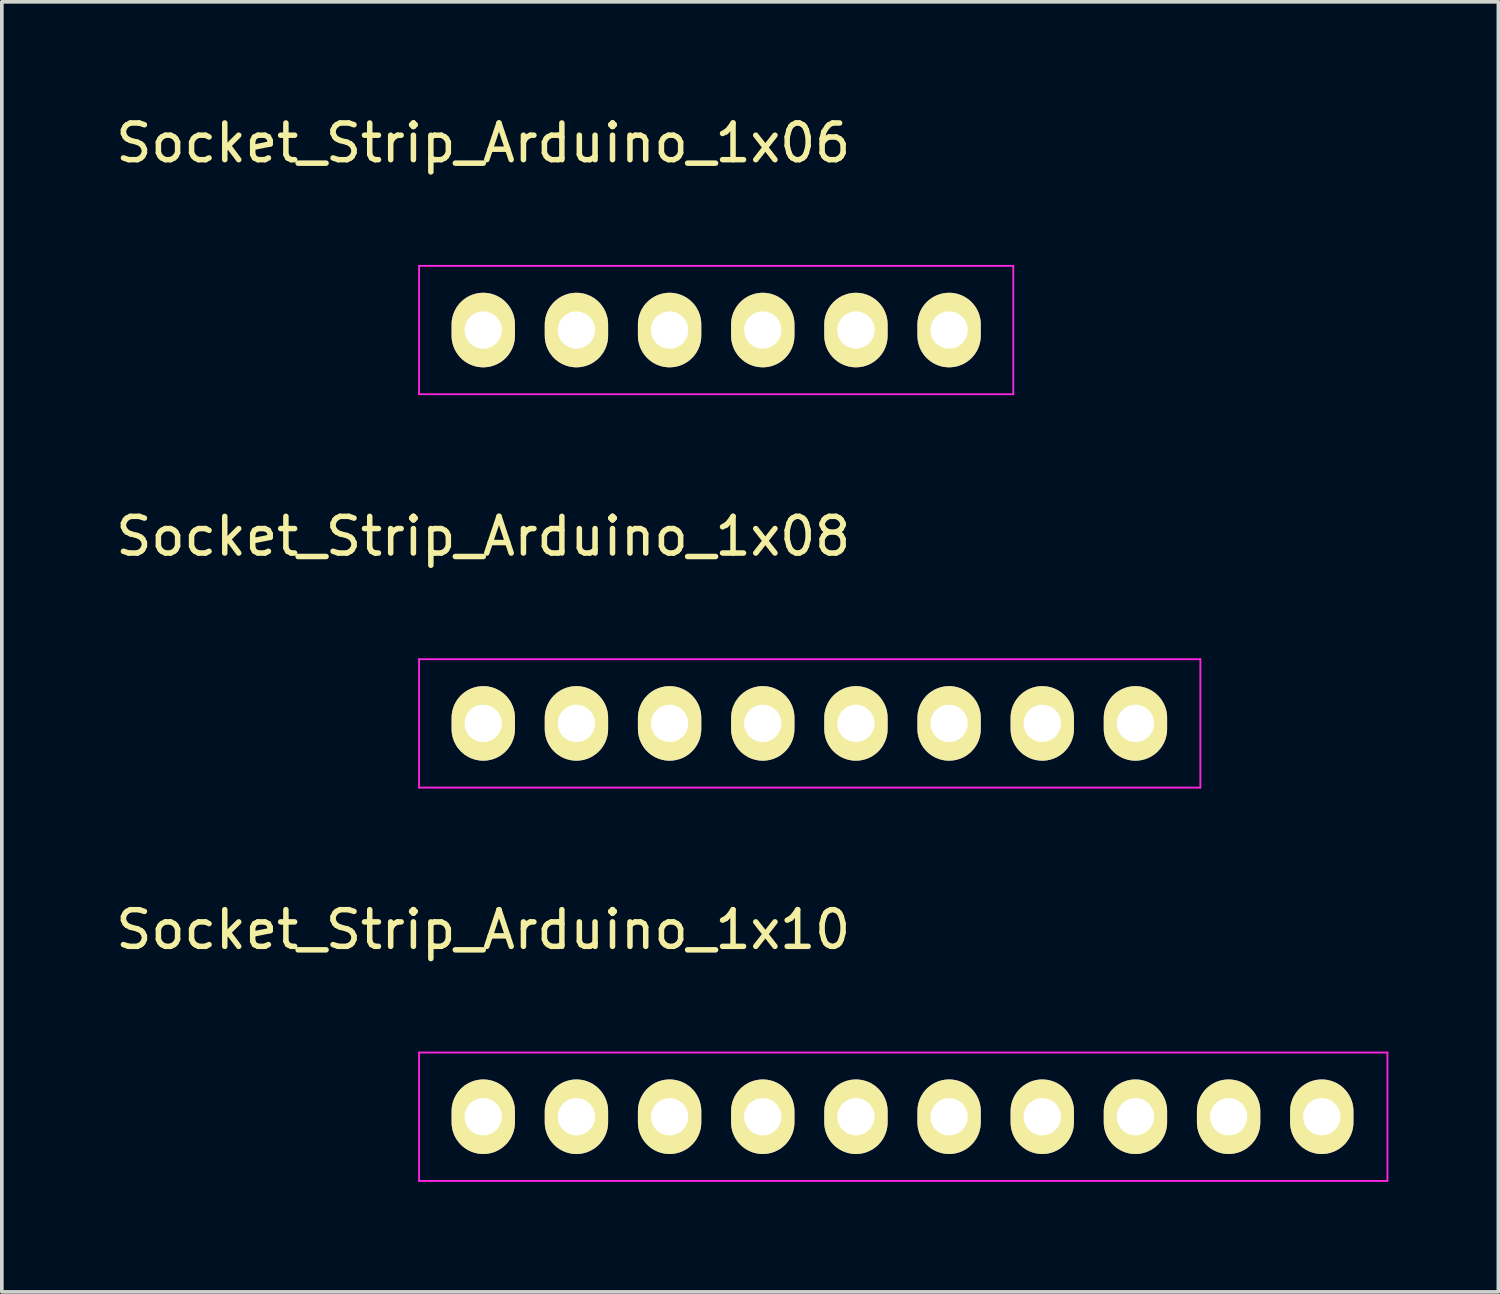
<source format=kicad_pcb>
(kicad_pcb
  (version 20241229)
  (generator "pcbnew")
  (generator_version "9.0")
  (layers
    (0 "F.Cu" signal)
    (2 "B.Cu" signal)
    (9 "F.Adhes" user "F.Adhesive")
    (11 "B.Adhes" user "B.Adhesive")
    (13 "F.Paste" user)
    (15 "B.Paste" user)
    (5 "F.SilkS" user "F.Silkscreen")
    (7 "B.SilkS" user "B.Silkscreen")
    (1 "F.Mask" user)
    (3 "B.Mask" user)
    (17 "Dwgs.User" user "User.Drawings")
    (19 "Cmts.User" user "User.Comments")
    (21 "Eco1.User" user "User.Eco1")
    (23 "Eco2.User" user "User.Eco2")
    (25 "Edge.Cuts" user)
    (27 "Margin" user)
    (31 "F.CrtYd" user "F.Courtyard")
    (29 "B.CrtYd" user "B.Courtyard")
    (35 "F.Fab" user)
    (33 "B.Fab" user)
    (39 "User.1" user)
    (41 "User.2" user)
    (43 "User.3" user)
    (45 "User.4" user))
  (footprint "Socket_Strip_Arduino_1x08"
    (layer "F.Cu")
    (at 10.125 16.672)
    (property "Reference" "Socket_Strip_Arduino_1x08" (at 0 -5.1 0) (layer "F.SilkS") (effects (font (size 1 1) (thickness 0.15))))
    (attr through_hole)
    (fp_line (start -1.75 -1.75) (end -1.75 1.75) (stroke (width 0.05) (type solid)) (layer "F.CrtYd"))
    (fp_line (start -1.75 -1.75) (end 19.55 -1.75) (stroke (width 0.05) (type solid)) (layer "F.CrtYd"))
    (fp_line (start -1.75 1.75) (end 19.55 1.75) (stroke (width 0.05) (type solid)) (layer "F.CrtYd"))
    (fp_line (start 19.55 -1.75) (end 19.55 1.75) (stroke (width 0.05) (type solid)) (layer "F.CrtYd"))
    (pad "1" thru_hole oval (at 0 0) (size 1.727 2.032) (drill 1.016) (layers "*.Cu" "*.Mask" "F.SilkS"))
    (pad "2" thru_hole oval (at 2.54 0) (size 1.727 2.032) (drill 1.016) (layers "*.Cu" "*.Mask" "F.SilkS"))
    (pad "3" thru_hole oval (at 5.08 0) (size 1.727 2.032) (drill 1.016) (layers "*.Cu" "*.Mask" "F.SilkS"))
    (pad "4" thru_hole oval (at 7.62 0) (size 1.727 2.032) (drill 1.016) (layers "*.Cu" "*.Mask" "F.SilkS"))
    (pad "5" thru_hole oval (at 10.16 0) (size 1.727 2.032) (drill 1.016) (layers "*.Cu" "*.Mask" "F.SilkS"))
    (pad "6" thru_hole oval (at 12.7 0) (size 1.727 2.032) (drill 1.016) (layers "*.Cu" "*.Mask" "F.SilkS"))
    (pad "7" thru_hole oval (at 15.24 0) (size 1.727 2.032) (drill 1.016) (layers "*.Cu" "*.Mask" "F.SilkS"))
    (pad "8" thru_hole oval (at 17.78 0) (size 1.727 2.032) (drill 1.016) (layers "*.Cu" "*.Mask" "F.SilkS")))
  (footprint "Socket_Strip_Arduino_1x06"
    (layer "F.Cu")
    (at 10.125 5.948)
    (property "Reference" "Socket_Strip_Arduino_1x06" (at 0 -5.1 0) (layer "F.SilkS") (effects (font (size 1 1) (thickness 0.15))))
    (attr through_hole)
    (fp_line (start -1.75 -1.75) (end -1.75 1.75) (stroke (width 0.05) (type solid)) (layer "F.CrtYd"))
    (fp_line (start -1.75 -1.75) (end 14.45 -1.75) (stroke (width 0.05) (type solid)) (layer "F.CrtYd"))
    (fp_line (start -1.75 1.75) (end 14.45 1.75) (stroke (width 0.05) (type solid)) (layer "F.CrtYd"))
    (fp_line (start 14.45 -1.75) (end 14.45 1.75) (stroke (width 0.05) (type solid)) (layer "F.CrtYd"))
    (pad "1" thru_hole oval (at 0 0) (size 1.727 2.032) (drill 1.016) (layers "*.Cu" "*.Mask" "F.SilkS"))
    (pad "2" thru_hole oval (at 2.54 0) (size 1.727 2.032) (drill 1.016) (layers "*.Cu" "*.Mask" "F.SilkS"))
    (pad "3" thru_hole oval (at 5.08 0) (size 1.727 2.032) (drill 1.016) (layers "*.Cu" "*.Mask" "F.SilkS"))
    (pad "4" thru_hole oval (at 7.62 0) (size 1.727 2.032) (drill 1.016) (layers "*.Cu" "*.Mask" "F.SilkS"))
    (pad "5" thru_hole oval (at 10.16 0) (size 1.727 2.032) (drill 1.016) (layers "*.Cu" "*.Mask" "F.SilkS"))
    (pad "6" thru_hole oval (at 12.7 0) (size 1.727 2.032) (drill 1.016) (layers "*.Cu" "*.Mask" "F.SilkS")))
  (footprint "Socket_Strip_Arduino_1x10"
    (layer "F.Cu")
    (at 10.125 27.395)
    (property "Reference" "Socket_Strip_Arduino_1x10" (at 0 -5.1 0) (layer "F.SilkS") (effects (font (size 1 1) (thickness 0.15))))
    (attr through_hole)
    (fp_line (start -1.75 -1.75) (end -1.75 1.75) (stroke (width 0.05) (type solid)) (layer "F.CrtYd"))
    (fp_line (start -1.75 -1.75) (end 24.65 -1.75) (stroke (width 0.05) (type solid)) (layer "F.CrtYd"))
    (fp_line (start -1.75 1.75) (end 24.65 1.75) (stroke (width 0.05) (type solid)) (layer "F.CrtYd"))
    (fp_line (start 24.65 -1.75) (end 24.65 1.75) (stroke (width 0.05) (type solid)) (layer "F.CrtYd"))
    (pad "1" thru_hole oval (at 0 0) (size 1.727 2.032) (drill 1.016) (layers "*.Cu" "*.Mask" "F.SilkS"))
    (pad "2" thru_hole oval (at 2.54 0) (size 1.727 2.032) (drill 1.016) (layers "*.Cu" "*.Mask" "F.SilkS"))
    (pad "3" thru_hole oval (at 5.08 0) (size 1.727 2.032) (drill 1.016) (layers "*.Cu" "*.Mask" "F.SilkS"))
    (pad "4" thru_hole oval (at 7.62 0) (size 1.727 2.032) (drill 1.016) (layers "*.Cu" "*.Mask" "F.SilkS"))
    (pad "5" thru_hole oval (at 10.16 0) (size 1.727 2.032) (drill 1.016) (layers "*.Cu" "*.Mask" "F.SilkS"))
    (pad "6" thru_hole oval (at 12.7 0) (size 1.727 2.032) (drill 1.016) (layers "*.Cu" "*.Mask" "F.SilkS"))
    (pad "7" thru_hole oval (at 15.24 0) (size 1.727 2.032) (drill 1.016) (layers "*.Cu" "*.Mask" "F.SilkS"))
    (pad "8" thru_hole oval (at 17.78 0) (size 1.727 2.032) (drill 1.016) (layers "*.Cu" "*.Mask" "F.SilkS"))
    (pad "9" thru_hole oval (at 20.32 0) (size 1.727 2.032) (drill 1.016) (layers "*.Cu" "*.Mask" "F.SilkS"))
    (pad "10" thru_hole oval (at 22.86 0) (size 1.727 2.032) (drill 1.016) (layers "*.Cu" "*.Mask" "F.SilkS")))
  (gr_rect
    (start -3 -3)
    (end 37.8 32.17)
    (stroke (width 0.1) (type default))
    (fill no)
    (layer "Edge.Cuts")))
</source>
